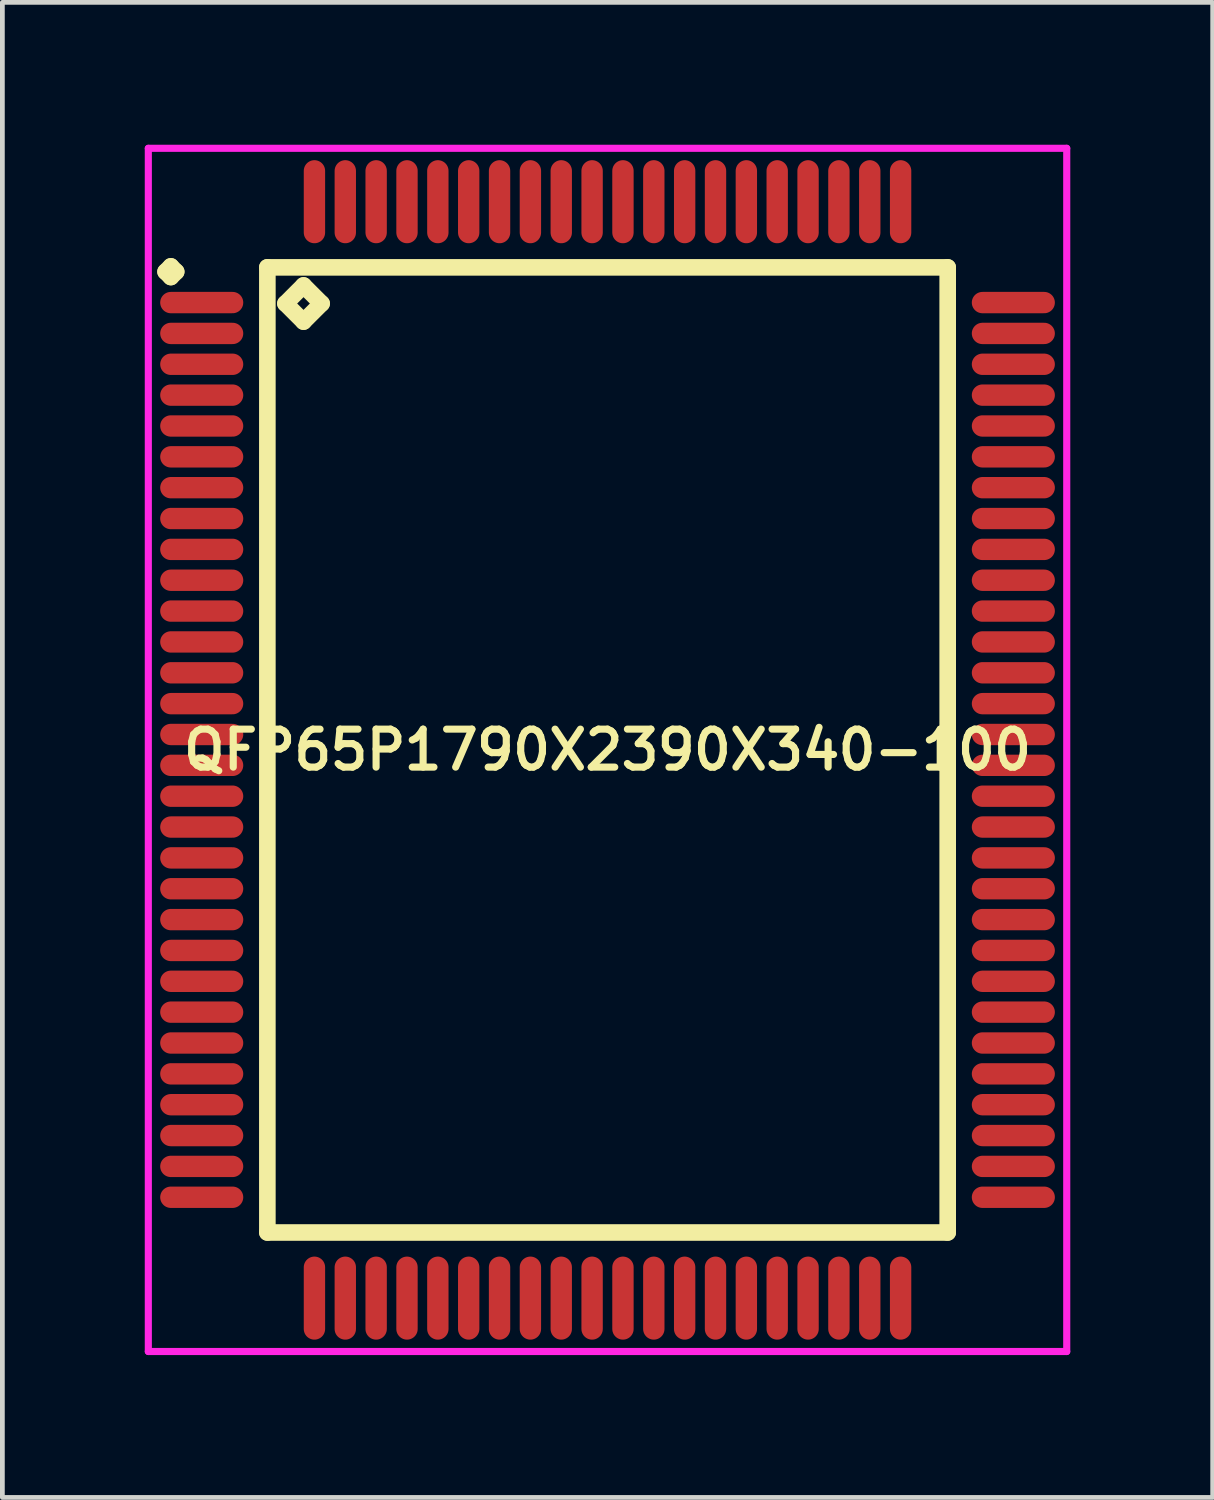
<source format=kicad_pcb>
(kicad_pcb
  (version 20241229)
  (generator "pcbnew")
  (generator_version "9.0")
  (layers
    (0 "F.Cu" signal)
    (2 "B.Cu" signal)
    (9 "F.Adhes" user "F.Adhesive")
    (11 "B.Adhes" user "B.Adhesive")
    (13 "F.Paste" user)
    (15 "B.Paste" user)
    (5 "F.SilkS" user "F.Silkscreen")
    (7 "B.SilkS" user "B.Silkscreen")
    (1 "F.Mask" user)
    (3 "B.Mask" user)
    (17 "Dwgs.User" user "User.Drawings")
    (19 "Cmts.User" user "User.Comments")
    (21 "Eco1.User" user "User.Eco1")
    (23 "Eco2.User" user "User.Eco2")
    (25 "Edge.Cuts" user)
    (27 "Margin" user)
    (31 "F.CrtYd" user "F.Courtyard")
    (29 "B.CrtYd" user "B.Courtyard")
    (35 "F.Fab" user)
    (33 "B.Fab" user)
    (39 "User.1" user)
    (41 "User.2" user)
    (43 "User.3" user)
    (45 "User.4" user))
  (footprint "QFP65P1790X2390X340-100"
    (layer "F.Cu")
    (at 9.75 12.75)
    (property "Reference" "QFP65P1790X2390X340-100" (at 0 0 0) (layer "F.SilkS") (effects (font (size 0.8 0.8) (thickness 0.15))))
    (attr through_hole)
    (fp_line (start -9.312 -10.075) (end -9.2 -10.188) (stroke (width 0.35) (type solid)) (layer "F.SilkS"))
    (fp_line (start -9.2 -10.188) (end -9.088 -10.075) (stroke (width 0.35) (type solid)) (layer "F.SilkS"))
    (fp_line (start -9.2 -9.963) (end -9.312 -10.075) (stroke (width 0.35) (type solid)) (layer "F.SilkS"))
    (fp_line (start -9.088 -10.075) (end -9.2 -9.963) (stroke (width 0.35) (type solid)) (layer "F.SilkS"))
    (fp_line (start -7.167 -10.167) (end -7.167 10.167) (stroke (width 0.35) (type solid)) (layer "F.SilkS"))
    (fp_line (start -7.167 10.167) (end 7.167 10.167) (stroke (width 0.35) (type solid)) (layer "F.SilkS"))
    (fp_line (start -6.786 -9.405) (end -6.405 -9.786) (stroke (width 0.35) (type solid)) (layer "F.SilkS"))
    (fp_line (start -6.405 -9.786) (end -6.024 -9.405) (stroke (width 0.35) (type solid)) (layer "F.SilkS"))
    (fp_line (start -6.405 -9.024) (end -6.786 -9.405) (stroke (width 0.35) (type solid)) (layer "F.SilkS"))
    (fp_line (start -6.024 -9.405) (end -6.405 -9.024) (stroke (width 0.35) (type solid)) (layer "F.SilkS"))
    (fp_line (start 7.167 -10.167) (end -7.167 -10.167) (stroke (width 0.35) (type solid)) (layer "F.SilkS"))
    (fp_line (start 7.167 10.167) (end 7.167 -10.167) (stroke (width 0.35) (type solid)) (layer "F.SilkS"))
    (fp_line (start -9.675 -12.675) (end 9.675 -12.675) (stroke (width 0.15) (type solid)) (layer "F.CrtYd"))
    (fp_line (start -9.675 12.675) (end -9.675 -12.675) (stroke (width 0.15) (type solid)) (layer "F.CrtYd"))
    (fp_line (start 9.675 -12.675) (end 9.675 12.675) (stroke (width 0.15) (type solid)) (layer "F.CrtYd"))
    (fp_line (start 9.675 12.675) (end -9.675 12.675) (stroke (width 0.15) (type solid)) (layer "F.CrtYd"))
    (pad "1" smd oval (at -8.55 -9.425) (size 1.75 0.45) (layers "F.Cu" "F.Mask" "F.Paste"))
    (pad "2" smd oval (at -8.55 -8.775) (size 1.75 0.45) (layers "F.Cu" "F.Mask" "F.Paste"))
    (pad "3" smd oval (at -8.55 -8.125) (size 1.75 0.45) (layers "F.Cu" "F.Mask" "F.Paste"))
    (pad "4" smd oval (at -8.55 -7.475) (size 1.75 0.45) (layers "F.Cu" "F.Mask" "F.Paste"))
    (pad "5" smd oval (at -8.55 -6.825) (size 1.75 0.45) (layers "F.Cu" "F.Mask" "F.Paste"))
    (pad "6" smd oval (at -8.55 -6.175) (size 1.75 0.45) (layers "F.Cu" "F.Mask" "F.Paste"))
    (pad "7" smd oval (at -8.55 -5.525) (size 1.75 0.45) (layers "F.Cu" "F.Mask" "F.Paste"))
    (pad "8" smd oval (at -8.55 -4.875) (size 1.75 0.45) (layers "F.Cu" "F.Mask" "F.Paste"))
    (pad "9" smd oval (at -8.55 -4.225) (size 1.75 0.45) (layers "F.Cu" "F.Mask" "F.Paste"))
    (pad "10" smd oval (at -8.55 -3.575) (size 1.75 0.45) (layers "F.Cu" "F.Mask" "F.Paste"))
    (pad "11" smd oval (at -8.55 -2.925) (size 1.75 0.45) (layers "F.Cu" "F.Mask" "F.Paste"))
    (pad "12" smd oval (at -8.55 -2.275) (size 1.75 0.45) (layers "F.Cu" "F.Mask" "F.Paste"))
    (pad "13" smd oval (at -8.55 -1.625) (size 1.75 0.45) (layers "F.Cu" "F.Mask" "F.Paste"))
    (pad "14" smd oval (at -8.55 -0.975) (size 1.75 0.45) (layers "F.Cu" "F.Mask" "F.Paste"))
    (pad "15" smd oval (at -8.55 -0.325) (size 1.75 0.45) (layers "F.Cu" "F.Mask" "F.Paste"))
    (pad "16" smd oval (at -8.55 0.325) (size 1.75 0.45) (layers "F.Cu" "F.Mask" "F.Paste"))
    (pad "17" smd oval (at -8.55 0.975) (size 1.75 0.45) (layers "F.Cu" "F.Mask" "F.Paste"))
    (pad "18" smd oval (at -8.55 1.625) (size 1.75 0.45) (layers "F.Cu" "F.Mask" "F.Paste"))
    (pad "19" smd oval (at -8.55 2.275) (size 1.75 0.45) (layers "F.Cu" "F.Mask" "F.Paste"))
    (pad "20" smd oval (at -8.55 2.925) (size 1.75 0.45) (layers "F.Cu" "F.Mask" "F.Paste"))
    (pad "21" smd oval (at -8.55 3.575) (size 1.75 0.45) (layers "F.Cu" "F.Mask" "F.Paste"))
    (pad "22" smd oval (at -8.55 4.225) (size 1.75 0.45) (layers "F.Cu" "F.Mask" "F.Paste"))
    (pad "23" smd oval (at -8.55 4.875) (size 1.75 0.45) (layers "F.Cu" "F.Mask" "F.Paste"))
    (pad "24" smd oval (at -8.55 5.525) (size 1.75 0.45) (layers "F.Cu" "F.Mask" "F.Paste"))
    (pad "25" smd oval (at -8.55 6.175) (size 1.75 0.45) (layers "F.Cu" "F.Mask" "F.Paste"))
    (pad "26" smd oval (at -8.55 6.825) (size 1.75 0.45) (layers "F.Cu" "F.Mask" "F.Paste"))
    (pad "27" smd oval (at -8.55 7.475) (size 1.75 0.45) (layers "F.Cu" "F.Mask" "F.Paste"))
    (pad "28" smd oval (at -8.55 8.125) (size 1.75 0.45) (layers "F.Cu" "F.Mask" "F.Paste"))
    (pad "29" smd oval (at -8.55 8.775) (size 1.75 0.45) (layers "F.Cu" "F.Mask" "F.Paste"))
    (pad "30" smd oval (at -8.55 9.425) (size 1.75 0.45) (layers "F.Cu" "F.Mask" "F.Paste"))
    (pad "31" smd oval (at -6.175 11.55) (size 0.45 1.75) (layers "F.Cu" "F.Mask" "F.Paste"))
    (pad "32" smd oval (at -5.525 11.55) (size 0.45 1.75) (layers "F.Cu" "F.Mask" "F.Paste"))
    (pad "33" smd oval (at -4.875 11.55) (size 0.45 1.75) (layers "F.Cu" "F.Mask" "F.Paste"))
    (pad "34" smd oval (at -4.225 11.55) (size 0.45 1.75) (layers "F.Cu" "F.Mask" "F.Paste"))
    (pad "35" smd oval (at -3.575 11.55) (size 0.45 1.75) (layers "F.Cu" "F.Mask" "F.Paste"))
    (pad "36" smd oval (at -2.925 11.55) (size 0.45 1.75) (layers "F.Cu" "F.Mask" "F.Paste"))
    (pad "37" smd oval (at -2.275 11.55) (size 0.45 1.75) (layers "F.Cu" "F.Mask" "F.Paste"))
    (pad "38" smd oval (at -1.625 11.55) (size 0.45 1.75) (layers "F.Cu" "F.Mask" "F.Paste"))
    (pad "39" smd oval (at -0.975 11.55) (size 0.45 1.75) (layers "F.Cu" "F.Mask" "F.Paste"))
    (pad "40" smd oval (at -0.325 11.55) (size 0.45 1.75) (layers "F.Cu" "F.Mask" "F.Paste"))
    (pad "41" smd oval (at 0.325 11.55) (size 0.45 1.75) (layers "F.Cu" "F.Mask" "F.Paste"))
    (pad "42" smd oval (at 0.975 11.55) (size 0.45 1.75) (layers "F.Cu" "F.Mask" "F.Paste"))
    (pad "43" smd oval (at 1.625 11.55) (size 0.45 1.75) (layers "F.Cu" "F.Mask" "F.Paste"))
    (pad "44" smd oval (at 2.275 11.55) (size 0.45 1.75) (layers "F.Cu" "F.Mask" "F.Paste"))
    (pad "45" smd oval (at 2.925 11.55) (size 0.45 1.75) (layers "F.Cu" "F.Mask" "F.Paste"))
    (pad "46" smd oval (at 3.575 11.55) (size 0.45 1.75) (layers "F.Cu" "F.Mask" "F.Paste"))
    (pad "47" smd oval (at 4.225 11.55) (size 0.45 1.75) (layers "F.Cu" "F.Mask" "F.Paste"))
    (pad "48" smd oval (at 4.875 11.55) (size 0.45 1.75) (layers "F.Cu" "F.Mask" "F.Paste"))
    (pad "49" smd oval (at 5.525 11.55) (size 0.45 1.75) (layers "F.Cu" "F.Mask" "F.Paste"))
    (pad "50" smd oval (at 6.175 11.55) (size 0.45 1.75) (layers "F.Cu" "F.Mask" "F.Paste"))
    (pad "51" smd oval (at 8.55 9.425) (size 1.75 0.45) (layers "F.Cu" "F.Mask" "F.Paste"))
    (pad "52" smd oval (at 8.55 8.775) (size 1.75 0.45) (layers "F.Cu" "F.Mask" "F.Paste"))
    (pad "53" smd oval (at 8.55 8.125) (size 1.75 0.45) (layers "F.Cu" "F.Mask" "F.Paste"))
    (pad "54" smd oval (at 8.55 7.475) (size 1.75 0.45) (layers "F.Cu" "F.Mask" "F.Paste"))
    (pad "55" smd oval (at 8.55 6.825) (size 1.75 0.45) (layers "F.Cu" "F.Mask" "F.Paste"))
    (pad "56" smd oval (at 8.55 6.175) (size 1.75 0.45) (layers "F.Cu" "F.Mask" "F.Paste"))
    (pad "57" smd oval (at 8.55 5.525) (size 1.75 0.45) (layers "F.Cu" "F.Mask" "F.Paste"))
    (pad "58" smd oval (at 8.55 4.875) (size 1.75 0.45) (layers "F.Cu" "F.Mask" "F.Paste"))
    (pad "59" smd oval (at 8.55 4.225) (size 1.75 0.45) (layers "F.Cu" "F.Mask" "F.Paste"))
    (pad "60" smd oval (at 8.55 3.575) (size 1.75 0.45) (layers "F.Cu" "F.Mask" "F.Paste"))
    (pad "61" smd oval (at 8.55 2.925) (size 1.75 0.45) (layers "F.Cu" "F.Mask" "F.Paste"))
    (pad "62" smd oval (at 8.55 2.275) (size 1.75 0.45) (layers "F.Cu" "F.Mask" "F.Paste"))
    (pad "63" smd oval (at 8.55 1.625) (size 1.75 0.45) (layers "F.Cu" "F.Mask" "F.Paste"))
    (pad "64" smd oval (at 8.55 0.975) (size 1.75 0.45) (layers "F.Cu" "F.Mask" "F.Paste"))
    (pad "65" smd oval (at 8.55 0.325) (size 1.75 0.45) (layers "F.Cu" "F.Mask" "F.Paste"))
    (pad "66" smd oval (at 8.55 -0.325) (size 1.75 0.45) (layers "F.Cu" "F.Mask" "F.Paste"))
    (pad "67" smd oval (at 8.55 -0.975) (size 1.75 0.45) (layers "F.Cu" "F.Mask" "F.Paste"))
    (pad "68" smd oval (at 8.55 -1.625) (size 1.75 0.45) (layers "F.Cu" "F.Mask" "F.Paste"))
    (pad "69" smd oval (at 8.55 -2.275) (size 1.75 0.45) (layers "F.Cu" "F.Mask" "F.Paste"))
    (pad "70" smd oval (at 8.55 -2.925) (size 1.75 0.45) (layers "F.Cu" "F.Mask" "F.Paste"))
    (pad "71" smd oval (at 8.55 -3.575) (size 1.75 0.45) (layers "F.Cu" "F.Mask" "F.Paste"))
    (pad "72" smd oval (at 8.55 -4.225) (size 1.75 0.45) (layers "F.Cu" "F.Mask" "F.Paste"))
    (pad "73" smd oval (at 8.55 -4.875) (size 1.75 0.45) (layers "F.Cu" "F.Mask" "F.Paste"))
    (pad "74" smd oval (at 8.55 -5.525) (size 1.75 0.45) (layers "F.Cu" "F.Mask" "F.Paste"))
    (pad "75" smd oval (at 8.55 -6.175) (size 1.75 0.45) (layers "F.Cu" "F.Mask" "F.Paste"))
    (pad "76" smd oval (at 8.55 -6.825) (size 1.75 0.45) (layers "F.Cu" "F.Mask" "F.Paste"))
    (pad "77" smd oval (at 8.55 -7.475) (size 1.75 0.45) (layers "F.Cu" "F.Mask" "F.Paste"))
    (pad "78" smd oval (at 8.55 -8.125) (size 1.75 0.45) (layers "F.Cu" "F.Mask" "F.Paste"))
    (pad "79" smd oval (at 8.55 -8.775) (size 1.75 0.45) (layers "F.Cu" "F.Mask" "F.Paste"))
    (pad "80" smd oval (at 8.55 -9.425) (size 1.75 0.45) (layers "F.Cu" "F.Mask" "F.Paste"))
    (pad "81" smd oval (at 6.175 -11.55) (size 0.45 1.75) (layers "F.Cu" "F.Mask" "F.Paste"))
    (pad "82" smd oval (at 5.525 -11.55) (size 0.45 1.75) (layers "F.Cu" "F.Mask" "F.Paste"))
    (pad "83" smd oval (at 4.875 -11.55) (size 0.45 1.75) (layers "F.Cu" "F.Mask" "F.Paste"))
    (pad "84" smd oval (at 4.225 -11.55) (size 0.45 1.75) (layers "F.Cu" "F.Mask" "F.Paste"))
    (pad "85" smd oval (at 3.575 -11.55) (size 0.45 1.75) (layers "F.Cu" "F.Mask" "F.Paste"))
    (pad "86" smd oval (at 2.925 -11.55) (size 0.45 1.75) (layers "F.Cu" "F.Mask" "F.Paste"))
    (pad "87" smd oval (at 2.275 -11.55) (size 0.45 1.75) (layers "F.Cu" "F.Mask" "F.Paste"))
    (pad "88" smd oval (at 1.625 -11.55) (size 0.45 1.75) (layers "F.Cu" "F.Mask" "F.Paste"))
    (pad "89" smd oval (at 0.975 -11.55) (size 0.45 1.75) (layers "F.Cu" "F.Mask" "F.Paste"))
    (pad "90" smd oval (at 0.325 -11.55) (size 0.45 1.75) (layers "F.Cu" "F.Mask" "F.Paste"))
    (pad "91" smd oval (at -0.325 -11.55) (size 0.45 1.75) (layers "F.Cu" "F.Mask" "F.Paste"))
    (pad "92" smd oval (at -0.975 -11.55) (size 0.45 1.75) (layers "F.Cu" "F.Mask" "F.Paste"))
    (pad "93" smd oval (at -1.625 -11.55) (size 0.45 1.75) (layers "F.Cu" "F.Mask" "F.Paste"))
    (pad "94" smd oval (at -2.275 -11.55) (size 0.45 1.75) (layers "F.Cu" "F.Mask" "F.Paste"))
    (pad "95" smd oval (at -2.925 -11.55) (size 0.45 1.75) (layers "F.Cu" "F.Mask" "F.Paste"))
    (pad "96" smd oval (at -3.575 -11.55) (size 0.45 1.75) (layers "F.Cu" "F.Mask" "F.Paste"))
    (pad "97" smd oval (at -4.225 -11.55) (size 0.45 1.75) (layers "F.Cu" "F.Mask" "F.Paste"))
    (pad "98" smd oval (at -4.875 -11.55) (size 0.45 1.75) (layers "F.Cu" "F.Mask" "F.Paste"))
    (pad "99" smd oval (at -5.525 -11.55) (size 0.45 1.75) (layers "F.Cu" "F.Mask" "F.Paste"))
    (pad "100" smd oval (at -6.175 -11.55) (size 0.45 1.75) (layers "F.Cu" "F.Mask" "F.Paste")))
  (gr_rect
    (start -3 -3)
    (end 22.5 28.5)
    (stroke (width 0.1) (type default))
    (fill no)
    (layer "Edge.Cuts")))
</source>
